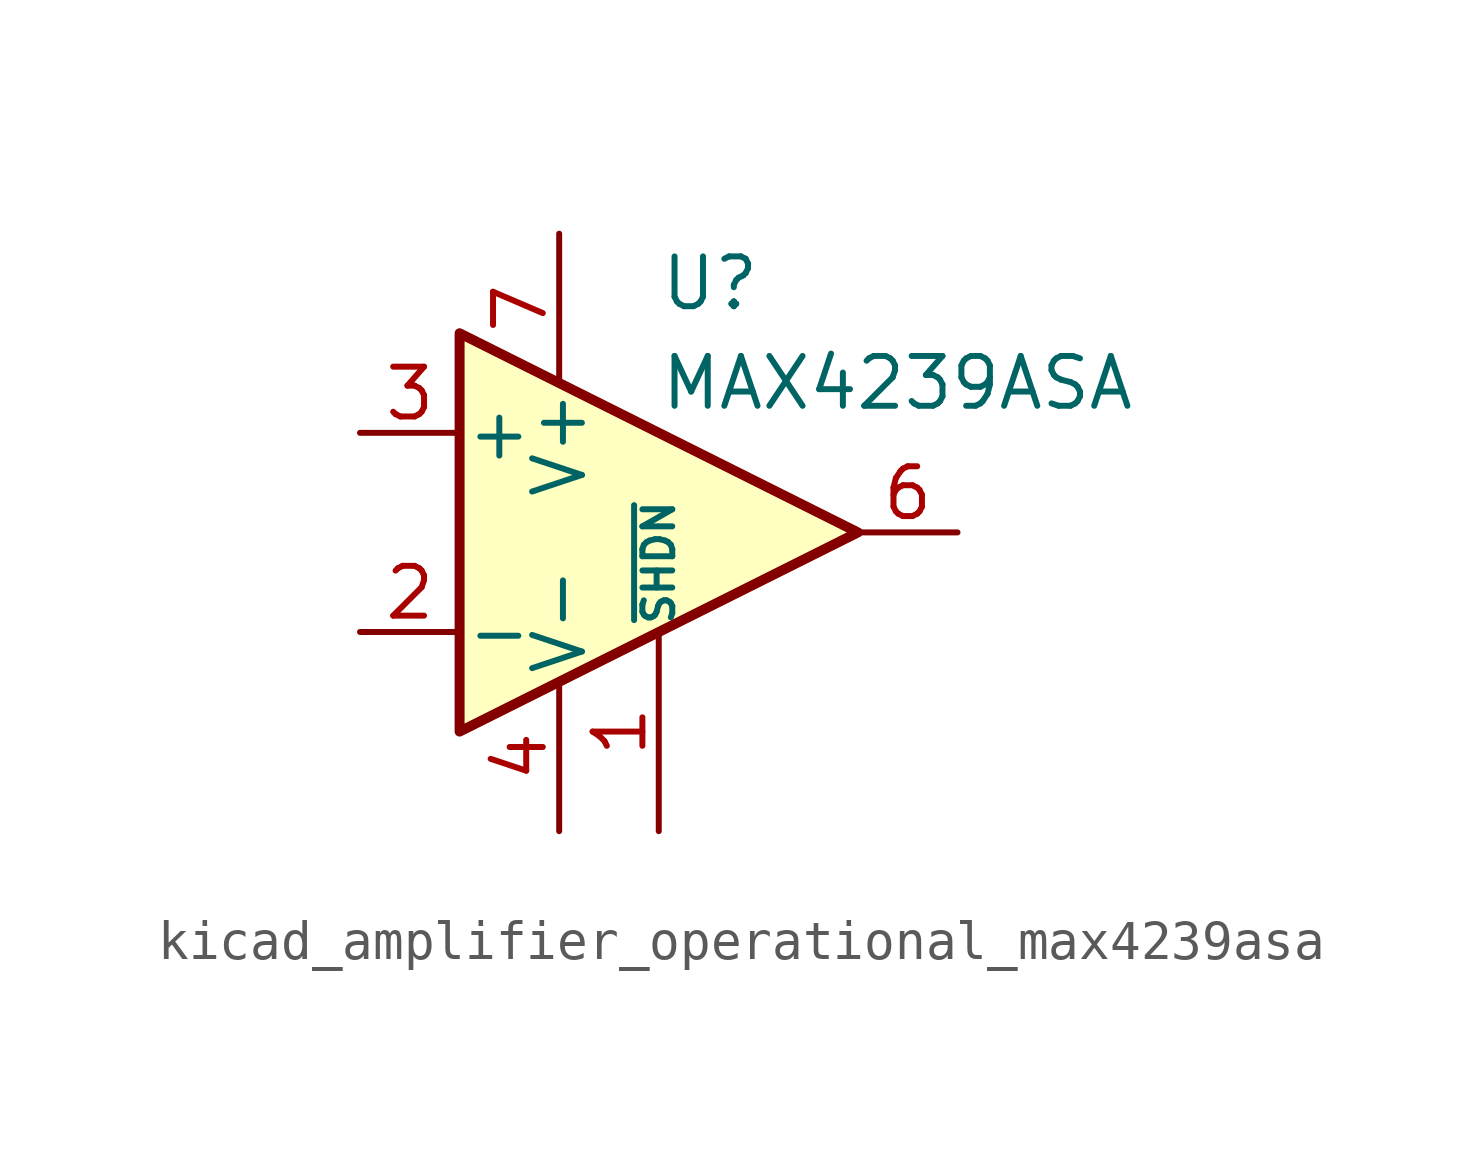
<source format=kicad_sym>
(kicad_symbol_lib
  (version 20220914)
  (generator kicad_symbol_editor)
  (symbol "kicad_amplifier_operational_max4239asa"
    (pin_names
      (offset 0.127))
    (property "Reference" "U"
      (at 0 6.35 0)
      (effects (font (size 1.27 1.27)) (justify left)))
    (property "Value" "MAX4239ASA"
      (at 0 3.81 0)
      (effects (font (size 1.27 1.27)) (justify left)))
    (symbol "kicad_amplifier_operational_max4239asa_0_1"
      (polyline (pts (xy -5.08 5.08) (xy 5.08 0) (xy -5.08 -5.08) (xy -5.08 5.08)) (stroke (width 0.254) (type default)) (fill (type background))))
    (symbol "kicad_amplifier_operational_max4239asa_1_1"
      (pin input line (at 0 -7.62 90) (length 5.08) (name "~{SHDN}" (effects (font (size 0.762 0.762)))) (number "1" (effects (font (size 1.27 1.27)))))
      (pin input line (at -7.62 -2.54 0) (length 2.54) (name "-" (effects (font (size 1.27 1.27)))) (number "2" (effects (font (size 1.27 1.27)))))
      (pin input line (at -7.62 2.54 0) (length 2.54) (name "+" (effects (font (size 1.27 1.27)))) (number "3" (effects (font (size 1.27 1.27)))))
      (pin power_in line (at -2.54 -7.62 90) (length 3.81) (name "V-" (effects (font (size 1.27 1.27)))) (number "4" (effects (font (size 1.27 1.27)))))
      (pin no_connect line (at 0 -2.54 90) (length 2.54) hide (name "NC" (effects (font (size 1.27 1.27)))) (number "5" (effects (font (size 1.27 1.27)))))
      (pin output line (at 7.62 0 180) (length 2.54) (name "~" (effects (font (size 1.27 1.27)))) (number "6" (effects (font (size 1.27 1.27)))))
      (pin power_in line (at -2.54 7.62 270) (length 3.81) (name "V+" (effects (font (size 1.27 1.27)))) (number "7" (effects (font (size 1.27 1.27)))))
      (pin no_connect line (at 0 2.54 270) (length 2.54) hide (name "NC" (effects (font (size 1.27 1.27)))) (number "8" (effects (font (size 1.27 1.27))))))))
</source>
